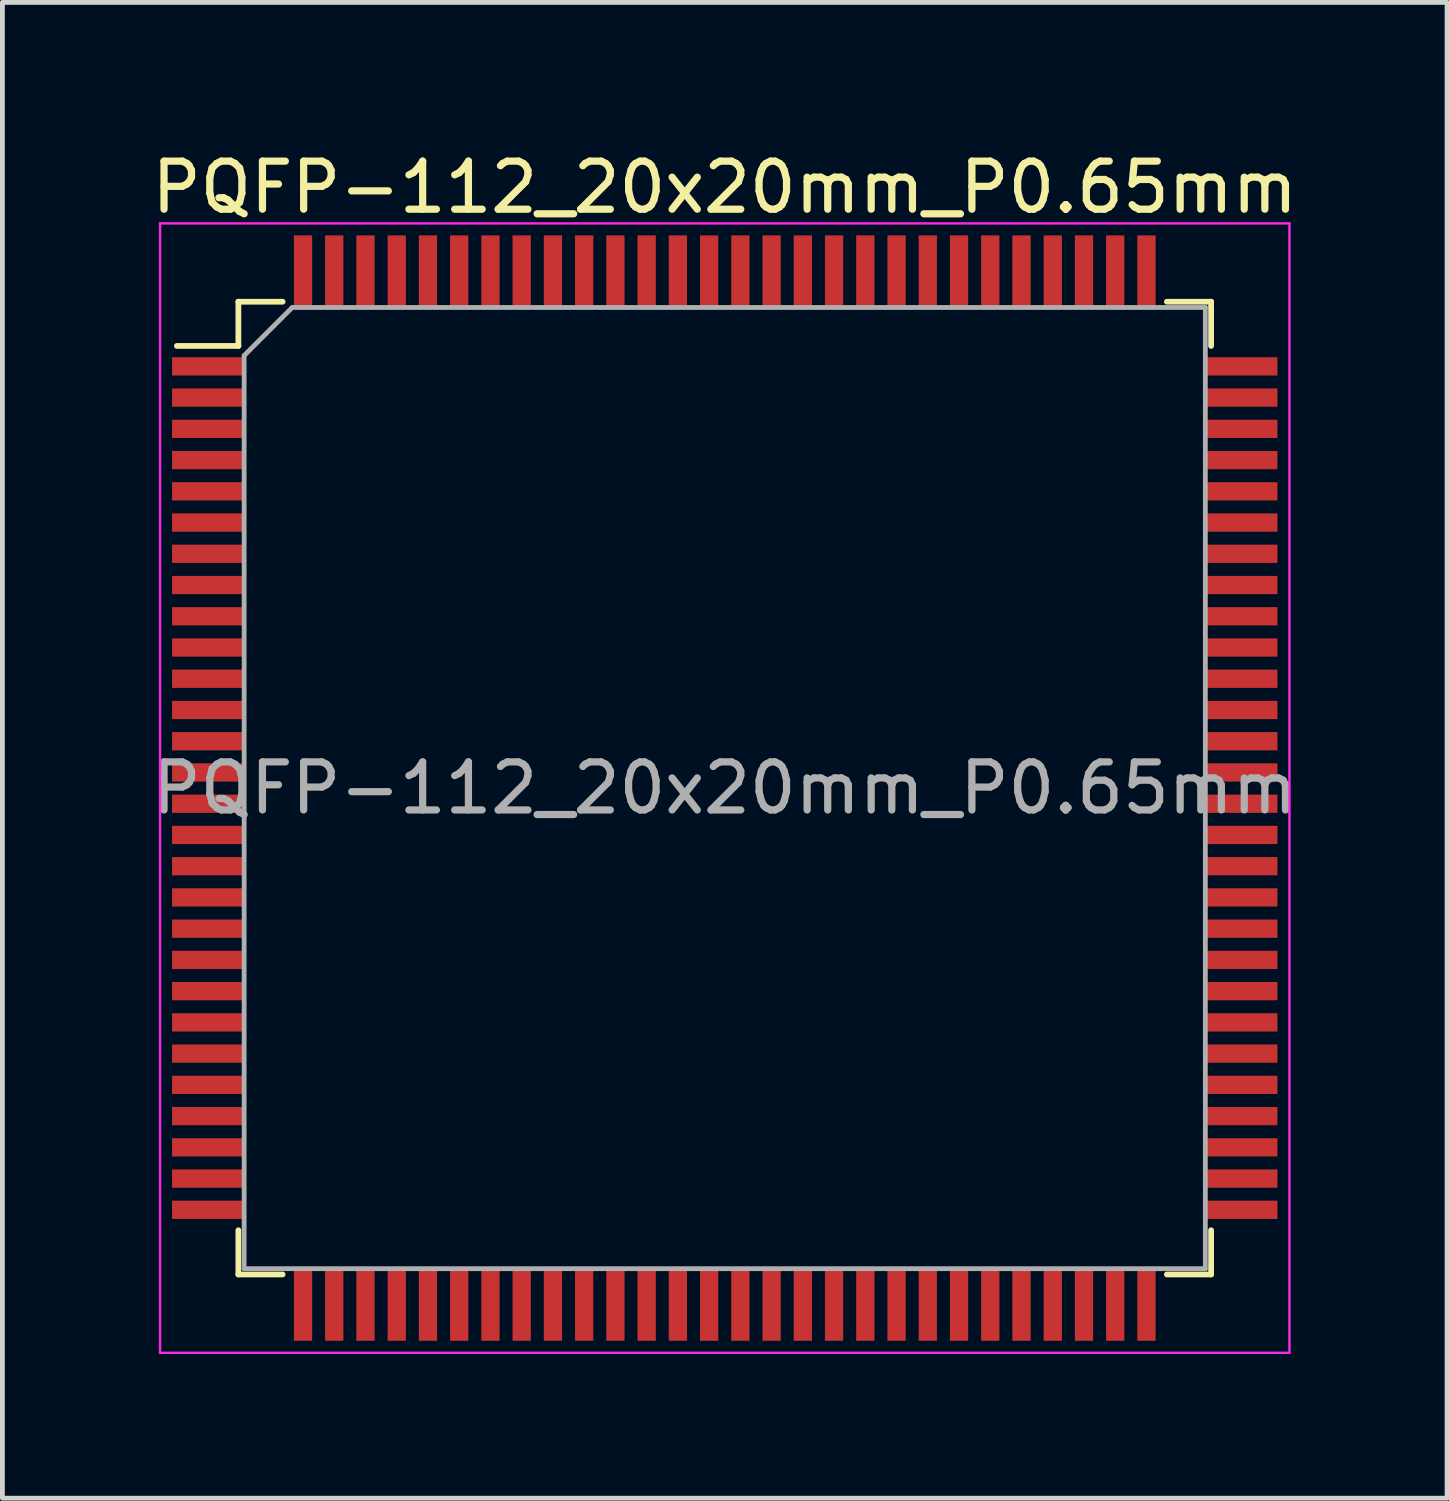
<source format=kicad_pcb>
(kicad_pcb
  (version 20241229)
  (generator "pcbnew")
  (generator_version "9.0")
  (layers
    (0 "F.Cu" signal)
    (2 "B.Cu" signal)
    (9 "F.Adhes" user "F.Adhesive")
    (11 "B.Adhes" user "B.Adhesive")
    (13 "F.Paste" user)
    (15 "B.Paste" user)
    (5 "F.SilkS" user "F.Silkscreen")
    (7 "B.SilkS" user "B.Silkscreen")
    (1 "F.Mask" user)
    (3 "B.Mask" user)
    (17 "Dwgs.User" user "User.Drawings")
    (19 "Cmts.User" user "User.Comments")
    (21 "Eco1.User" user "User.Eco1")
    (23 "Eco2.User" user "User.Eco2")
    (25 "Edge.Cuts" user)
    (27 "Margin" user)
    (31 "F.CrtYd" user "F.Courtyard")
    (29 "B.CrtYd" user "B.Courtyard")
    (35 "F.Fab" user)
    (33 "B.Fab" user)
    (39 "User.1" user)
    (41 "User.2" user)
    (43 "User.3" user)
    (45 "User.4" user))
  (footprint "PQFP-112_20x20mm_P0.65mm"
    (layer "F.Cu")
    (at 12.03 13.348)
    (property "Reference" "PQFP-112_20x20mm_P0.65mm" (at 0 -12.5 0) (layer "F.SilkS") (effects (font (size 1 1) (thickness 0.15))))
    (attr smd)
    (fp_line (start -11.4 -9.2) (end -10.12 -9.2) (stroke (width 0.12) (type solid)) (layer "F.SilkS"))
    (fp_line (start -10.12 -10.12) (end -10.12 -9.2) (stroke (width 0.12) (type solid)) (layer "F.SilkS"))
    (fp_line (start -10.12 10.12) (end -10.12 9.2) (stroke (width 0.12) (type solid)) (layer "F.SilkS"))
    (fp_line (start -9.2 -10.12) (end -10.12 -10.12) (stroke (width 0.12) (type solid)) (layer "F.SilkS"))
    (fp_line (start -9.2 10.12) (end -10.12 10.12) (stroke (width 0.12) (type solid)) (layer "F.SilkS"))
    (fp_line (start 9.2 -10.12) (end 10.12 -10.12) (stroke (width 0.12) (type solid)) (layer "F.SilkS"))
    (fp_line (start 9.2 10.12) (end 10.12 10.12) (stroke (width 0.12) (type solid)) (layer "F.SilkS"))
    (fp_line (start 10.12 -10.12) (end 10.12 -9.2) (stroke (width 0.12) (type solid)) (layer "F.SilkS"))
    (fp_line (start 10.12 10.12) (end 10.12 9.2) (stroke (width 0.12) (type solid)) (layer "F.SilkS"))
    (fp_line (start -11.75 -11.75) (end -11.75 11.75) (stroke (width 0.05) (type solid)) (layer "F.CrtYd"))
    (fp_line (start -11.75 -11.75) (end 11.75 -11.75) (stroke (width 0.05) (type solid)) (layer "F.CrtYd"))
    (fp_line (start -11.75 11.75) (end 11.75 11.75) (stroke (width 0.05) (type solid)) (layer "F.CrtYd"))
    (fp_line (start 11.75 -11.75) (end 11.75 11.75) (stroke (width 0.05) (type solid)) (layer "F.CrtYd"))
    (fp_line (start -10 -9) (end -10 10) (stroke (width 0.1) (type solid)) (layer "F.Fab"))
    (fp_line (start -9 -10) (end -10 -9) (stroke (width 0.1) (type solid)) (layer "F.Fab"))
    (fp_line (start -9 -10) (end 10 -10) (stroke (width 0.1) (type solid)) (layer "F.Fab"))
    (fp_line (start 10 10) (end -10 10) (stroke (width 0.1) (type solid)) (layer "F.Fab"))
    (fp_line (start 10 10) (end 10 -10) (stroke (width 0.1) (type solid)) (layer "F.Fab"))
    (fp_text user "${REFERENCE}" (at 0 0 0) (layer "F.Fab") (effects (font (size 1 1) (thickness 0.15))))
    (pad "1" smd rect (at -10.75 -8.775) (size 1.5 0.38) (layers "F.Cu" "F.Mask" "F.Paste"))
    (pad "2" smd rect (at -10.75 -8.125) (size 1.5 0.38) (layers "F.Cu" "F.Mask" "F.Paste"))
    (pad "3" smd rect (at -10.75 -7.475) (size 1.5 0.38) (layers "F.Cu" "F.Mask" "F.Paste"))
    (pad "4" smd rect (at -10.75 -6.825) (size 1.5 0.38) (layers "F.Cu" "F.Mask" "F.Paste"))
    (pad "5" smd rect (at -10.75 -6.175) (size 1.5 0.38) (layers "F.Cu" "F.Mask" "F.Paste"))
    (pad "6" smd rect (at -10.75 -5.525) (size 1.5 0.38) (layers "F.Cu" "F.Mask" "F.Paste"))
    (pad "7" smd rect (at -10.75 -4.875) (size 1.5 0.38) (layers "F.Cu" "F.Mask" "F.Paste"))
    (pad "8" smd rect (at -10.75 -4.225) (size 1.5 0.38) (layers "F.Cu" "F.Mask" "F.Paste"))
    (pad "9" smd rect (at -10.75 -3.575) (size 1.5 0.38) (layers "F.Cu" "F.Mask" "F.Paste"))
    (pad "10" smd rect (at -10.75 -2.925) (size 1.5 0.38) (layers "F.Cu" "F.Mask" "F.Paste"))
    (pad "11" smd rect (at -10.75 -2.275) (size 1.5 0.38) (layers "F.Cu" "F.Mask" "F.Paste"))
    (pad "12" smd rect (at -10.75 -1.625) (size 1.5 0.38) (layers "F.Cu" "F.Mask" "F.Paste"))
    (pad "13" smd rect (at -10.75 -0.975) (size 1.5 0.38) (layers "F.Cu" "F.Mask" "F.Paste"))
    (pad "14" smd rect (at -10.75 -0.325) (size 1.5 0.38) (layers "F.Cu" "F.Mask" "F.Paste"))
    (pad "15" smd rect (at -10.75 0.325) (size 1.5 0.38) (layers "F.Cu" "F.Mask" "F.Paste"))
    (pad "16" smd rect (at -10.75 0.975) (size 1.5 0.38) (layers "F.Cu" "F.Mask" "F.Paste"))
    (pad "17" smd rect (at -10.75 1.625) (size 1.5 0.38) (layers "F.Cu" "F.Mask" "F.Paste"))
    (pad "18" smd rect (at -10.75 2.275) (size 1.5 0.38) (layers "F.Cu" "F.Mask" "F.Paste"))
    (pad "19" smd rect (at -10.75 2.925) (size 1.5 0.38) (layers "F.Cu" "F.Mask" "F.Paste"))
    (pad "20" smd rect (at -10.75 3.575) (size 1.5 0.38) (layers "F.Cu" "F.Mask" "F.Paste"))
    (pad "21" smd rect (at -10.75 4.225) (size 1.5 0.38) (layers "F.Cu" "F.Mask" "F.Paste"))
    (pad "22" smd rect (at -10.75 4.875) (size 1.5 0.38) (layers "F.Cu" "F.Mask" "F.Paste"))
    (pad "23" smd rect (at -10.75 5.525) (size 1.5 0.38) (layers "F.Cu" "F.Mask" "F.Paste"))
    (pad "24" smd rect (at -10.75 6.175) (size 1.5 0.38) (layers "F.Cu" "F.Mask" "F.Paste"))
    (pad "25" smd rect (at -10.75 6.825) (size 1.5 0.38) (layers "F.Cu" "F.Mask" "F.Paste"))
    (pad "26" smd rect (at -10.75 7.475) (size 1.5 0.38) (layers "F.Cu" "F.Mask" "F.Paste"))
    (pad "27" smd rect (at -10.75 8.125) (size 1.5 0.38) (layers "F.Cu" "F.Mask" "F.Paste"))
    (pad "28" smd rect (at -10.75 8.775) (size 1.5 0.38) (layers "F.Cu" "F.Mask" "F.Paste"))
    (pad "29" smd rect (at -8.775 10.75) (size 0.38 1.5) (layers "F.Cu" "F.Mask" "F.Paste"))
    (pad "30" smd rect (at -8.125 10.75) (size 0.38 1.5) (layers "F.Cu" "F.Mask" "F.Paste"))
    (pad "31" smd rect (at -7.475 10.75) (size 0.38 1.5) (layers "F.Cu" "F.Mask" "F.Paste"))
    (pad "32" smd rect (at -6.825 10.75) (size 0.38 1.5) (layers "F.Cu" "F.Mask" "F.Paste"))
    (pad "33" smd rect (at -6.175 10.75) (size 0.38 1.5) (layers "F.Cu" "F.Mask" "F.Paste"))
    (pad "34" smd rect (at -5.525 10.75) (size 0.38 1.5) (layers "F.Cu" "F.Mask" "F.Paste"))
    (pad "35" smd rect (at -4.875 10.75) (size 0.38 1.5) (layers "F.Cu" "F.Mask" "F.Paste"))
    (pad "36" smd rect (at -4.225 10.75) (size 0.38 1.5) (layers "F.Cu" "F.Mask" "F.Paste"))
    (pad "37" smd rect (at -3.575 10.75) (size 0.38 1.5) (layers "F.Cu" "F.Mask" "F.Paste"))
    (pad "38" smd rect (at -2.925 10.75) (size 0.38 1.5) (layers "F.Cu" "F.Mask" "F.Paste"))
    (pad "39" smd rect (at -2.275 10.75) (size 0.38 1.5) (layers "F.Cu" "F.Mask" "F.Paste"))
    (pad "40" smd rect (at -1.625 10.75) (size 0.38 1.5) (layers "F.Cu" "F.Mask" "F.Paste"))
    (pad "41" smd rect (at -0.975 10.75) (size 0.38 1.5) (layers "F.Cu" "F.Mask" "F.Paste"))
    (pad "42" smd rect (at -0.325 10.75) (size 0.38 1.5) (layers "F.Cu" "F.Mask" "F.Paste"))
    (pad "43" smd rect (at 0.325 10.75) (size 0.38 1.5) (layers "F.Cu" "F.Mask" "F.Paste"))
    (pad "44" smd rect (at 0.975 10.75) (size 0.38 1.5) (layers "F.Cu" "F.Mask" "F.Paste"))
    (pad "45" smd rect (at 1.625 10.75) (size 0.38 1.5) (layers "F.Cu" "F.Mask" "F.Paste"))
    (pad "46" smd rect (at 2.275 10.75) (size 0.38 1.5) (layers "F.Cu" "F.Mask" "F.Paste"))
    (pad "47" smd rect (at 2.925 10.75) (size 0.38 1.5) (layers "F.Cu" "F.Mask" "F.Paste"))
    (pad "48" smd rect (at 3.575 10.75) (size 0.38 1.5) (layers "F.Cu" "F.Mask" "F.Paste"))
    (pad "49" smd rect (at 4.225 10.75) (size 0.38 1.5) (layers "F.Cu" "F.Mask" "F.Paste"))
    (pad "50" smd rect (at 4.875 10.75) (size 0.38 1.5) (layers "F.Cu" "F.Mask" "F.Paste"))
    (pad "51" smd rect (at 5.525 10.75) (size 0.38 1.5) (layers "F.Cu" "F.Mask" "F.Paste"))
    (pad "52" smd rect (at 6.175 10.75) (size 0.38 1.5) (layers "F.Cu" "F.Mask" "F.Paste"))
    (pad "53" smd rect (at 6.825 10.75) (size 0.38 1.5) (layers "F.Cu" "F.Mask" "F.Paste"))
    (pad "54" smd rect (at 7.475 10.75) (size 0.38 1.5) (layers "F.Cu" "F.Mask" "F.Paste"))
    (pad "55" smd rect (at 8.125 10.75) (size 0.38 1.5) (layers "F.Cu" "F.Mask" "F.Paste"))
    (pad "56" smd rect (at 8.775 10.75) (size 0.38 1.5) (layers "F.Cu" "F.Mask" "F.Paste"))
    (pad "57" smd rect (at 10.75 8.775) (size 1.5 0.38) (layers "F.Cu" "F.Mask" "F.Paste"))
    (pad "58" smd rect (at 10.75 8.125) (size 1.5 0.38) (layers "F.Cu" "F.Mask" "F.Paste"))
    (pad "59" smd rect (at 10.75 7.475) (size 1.5 0.38) (layers "F.Cu" "F.Mask" "F.Paste"))
    (pad "60" smd rect (at 10.75 6.825) (size 1.5 0.38) (layers "F.Cu" "F.Mask" "F.Paste"))
    (pad "61" smd rect (at 10.75 6.175) (size 1.5 0.38) (layers "F.Cu" "F.Mask" "F.Paste"))
    (pad "62" smd rect (at 10.75 5.525) (size 1.5 0.38) (layers "F.Cu" "F.Mask" "F.Paste"))
    (pad "63" smd rect (at 10.75 4.875) (size 1.5 0.38) (layers "F.Cu" "F.Mask" "F.Paste"))
    (pad "64" smd rect (at 10.75 4.225) (size 1.5 0.38) (layers "F.Cu" "F.Mask" "F.Paste"))
    (pad "65" smd rect (at 10.75 3.575) (size 1.5 0.38) (layers "F.Cu" "F.Mask" "F.Paste"))
    (pad "66" smd rect (at 10.75 2.925) (size 1.5 0.38) (layers "F.Cu" "F.Mask" "F.Paste"))
    (pad "67" smd rect (at 10.75 2.275) (size 1.5 0.38) (layers "F.Cu" "F.Mask" "F.Paste"))
    (pad "68" smd rect (at 10.75 1.625) (size 1.5 0.38) (layers "F.Cu" "F.Mask" "F.Paste"))
    (pad "69" smd rect (at 10.75 0.975) (size 1.5 0.38) (layers "F.Cu" "F.Mask" "F.Paste"))
    (pad "70" smd rect (at 10.75 0.325) (size 1.5 0.38) (layers "F.Cu" "F.Mask" "F.Paste"))
    (pad "71" smd rect (at 10.75 -0.325) (size 1.5 0.38) (layers "F.Cu" "F.Mask" "F.Paste"))
    (pad "72" smd rect (at 10.75 -0.975) (size 1.5 0.38) (layers "F.Cu" "F.Mask" "F.Paste"))
    (pad "73" smd rect (at 10.75 -1.625) (size 1.5 0.38) (layers "F.Cu" "F.Mask" "F.Paste"))
    (pad "74" smd rect (at 10.75 -2.275) (size 1.5 0.38) (layers "F.Cu" "F.Mask" "F.Paste"))
    (pad "75" smd rect (at 10.75 -2.925) (size 1.5 0.38) (layers "F.Cu" "F.Mask" "F.Paste"))
    (pad "76" smd rect (at 10.75 -3.575) (size 1.5 0.38) (layers "F.Cu" "F.Mask" "F.Paste"))
    (pad "77" smd rect (at 10.75 -4.225) (size 1.5 0.38) (layers "F.Cu" "F.Mask" "F.Paste"))
    (pad "78" smd rect (at 10.75 -4.875) (size 1.5 0.38) (layers "F.Cu" "F.Mask" "F.Paste"))
    (pad "79" smd rect (at 10.75 -5.525) (size 1.5 0.38) (layers "F.Cu" "F.Mask" "F.Paste"))
    (pad "80" smd rect (at 10.75 -6.175) (size 1.5 0.38) (layers "F.Cu" "F.Mask" "F.Paste"))
    (pad "81" smd rect (at 10.75 -6.825) (size 1.5 0.38) (layers "F.Cu" "F.Mask" "F.Paste"))
    (pad "82" smd rect (at 10.75 -7.475) (size 1.5 0.38) (layers "F.Cu" "F.Mask" "F.Paste"))
    (pad "83" smd rect (at 10.75 -8.125) (size 1.5 0.38) (layers "F.Cu" "F.Mask" "F.Paste"))
    (pad "84" smd rect (at 10.75 -8.775) (size 1.5 0.38) (layers "F.Cu" "F.Mask" "F.Paste"))
    (pad "85" smd rect (at 8.775 -10.75) (size 0.38 1.5) (layers "F.Cu" "F.Mask" "F.Paste"))
    (pad "86" smd rect (at 8.125 -10.75) (size 0.38 1.5) (layers "F.Cu" "F.Mask" "F.Paste"))
    (pad "87" smd rect (at 7.475 -10.75) (size 0.38 1.5) (layers "F.Cu" "F.Mask" "F.Paste"))
    (pad "88" smd rect (at 6.825 -10.75) (size 0.38 1.5) (layers "F.Cu" "F.Mask" "F.Paste"))
    (pad "89" smd rect (at 6.175 -10.75) (size 0.38 1.5) (layers "F.Cu" "F.Mask" "F.Paste"))
    (pad "90" smd rect (at 5.525 -10.75) (size 0.38 1.5) (layers "F.Cu" "F.Mask" "F.Paste"))
    (pad "91" smd rect (at 4.875 -10.75) (size 0.38 1.5) (layers "F.Cu" "F.Mask" "F.Paste"))
    (pad "92" smd rect (at 4.225 -10.75) (size 0.38 1.5) (layers "F.Cu" "F.Mask" "F.Paste"))
    (pad "93" smd rect (at 3.575 -10.75) (size 0.38 1.5) (layers "F.Cu" "F.Mask" "F.Paste"))
    (pad "94" smd rect (at 2.925 -10.75) (size 0.38 1.5) (layers "F.Cu" "F.Mask" "F.Paste"))
    (pad "95" smd rect (at 2.275 -10.75) (size 0.38 1.5) (layers "F.Cu" "F.Mask" "F.Paste"))
    (pad "96" smd rect (at 1.625 -10.75) (size 0.38 1.5) (layers "F.Cu" "F.Mask" "F.Paste"))
    (pad "97" smd rect (at 0.975 -10.75) (size 0.38 1.5) (layers "F.Cu" "F.Mask" "F.Paste"))
    (pad "98" smd rect (at 0.325 -10.75) (size 0.38 1.5) (layers "F.Cu" "F.Mask" "F.Paste"))
    (pad "99" smd rect (at -0.325 -10.75) (size 0.38 1.5) (layers "F.Cu" "F.Mask" "F.Paste"))
    (pad "100" smd rect (at -0.975 -10.75) (size 0.38 1.5) (layers "F.Cu" "F.Mask" "F.Paste"))
    (pad "101" smd rect (at -1.625 -10.75) (size 0.38 1.5) (layers "F.Cu" "F.Mask" "F.Paste"))
    (pad "102" smd rect (at -2.275 -10.75) (size 0.38 1.5) (layers "F.Cu" "F.Mask" "F.Paste"))
    (pad "103" smd rect (at -2.925 -10.75) (size 0.38 1.5) (layers "F.Cu" "F.Mask" "F.Paste"))
    (pad "104" smd rect (at -3.575 -10.75) (size 0.38 1.5) (layers "F.Cu" "F.Mask" "F.Paste"))
    (pad "105" smd rect (at -4.225 -10.75) (size 0.38 1.5) (layers "F.Cu" "F.Mask" "F.Paste"))
    (pad "106" smd rect (at -4.875 -10.75) (size 0.38 1.5) (layers "F.Cu" "F.Mask" "F.Paste"))
    (pad "107" smd rect (at -5.525 -10.75) (size 0.38 1.5) (layers "F.Cu" "F.Mask" "F.Paste"))
    (pad "108" smd rect (at -6.175 -10.75) (size 0.38 1.5) (layers "F.Cu" "F.Mask" "F.Paste"))
    (pad "109" smd rect (at -6.825 -10.75) (size 0.38 1.5) (layers "F.Cu" "F.Mask" "F.Paste"))
    (pad "110" smd rect (at -7.475 -10.75) (size 0.38 1.5) (layers "F.Cu" "F.Mask" "F.Paste"))
    (pad "111" smd rect (at -8.125 -10.75) (size 0.38 1.5) (layers "F.Cu" "F.Mask" "F.Paste"))
    (pad "112" smd rect (at -8.775 -10.75) (size 0.38 1.5) (layers "F.Cu" "F.Mask" "F.Paste")))
  (gr_rect
    (start -3 -3)
    (end 27.06 28.123)
    (stroke (width 0.1) (type default))
    (fill no)
    (layer "Edge.Cuts")))
</source>
